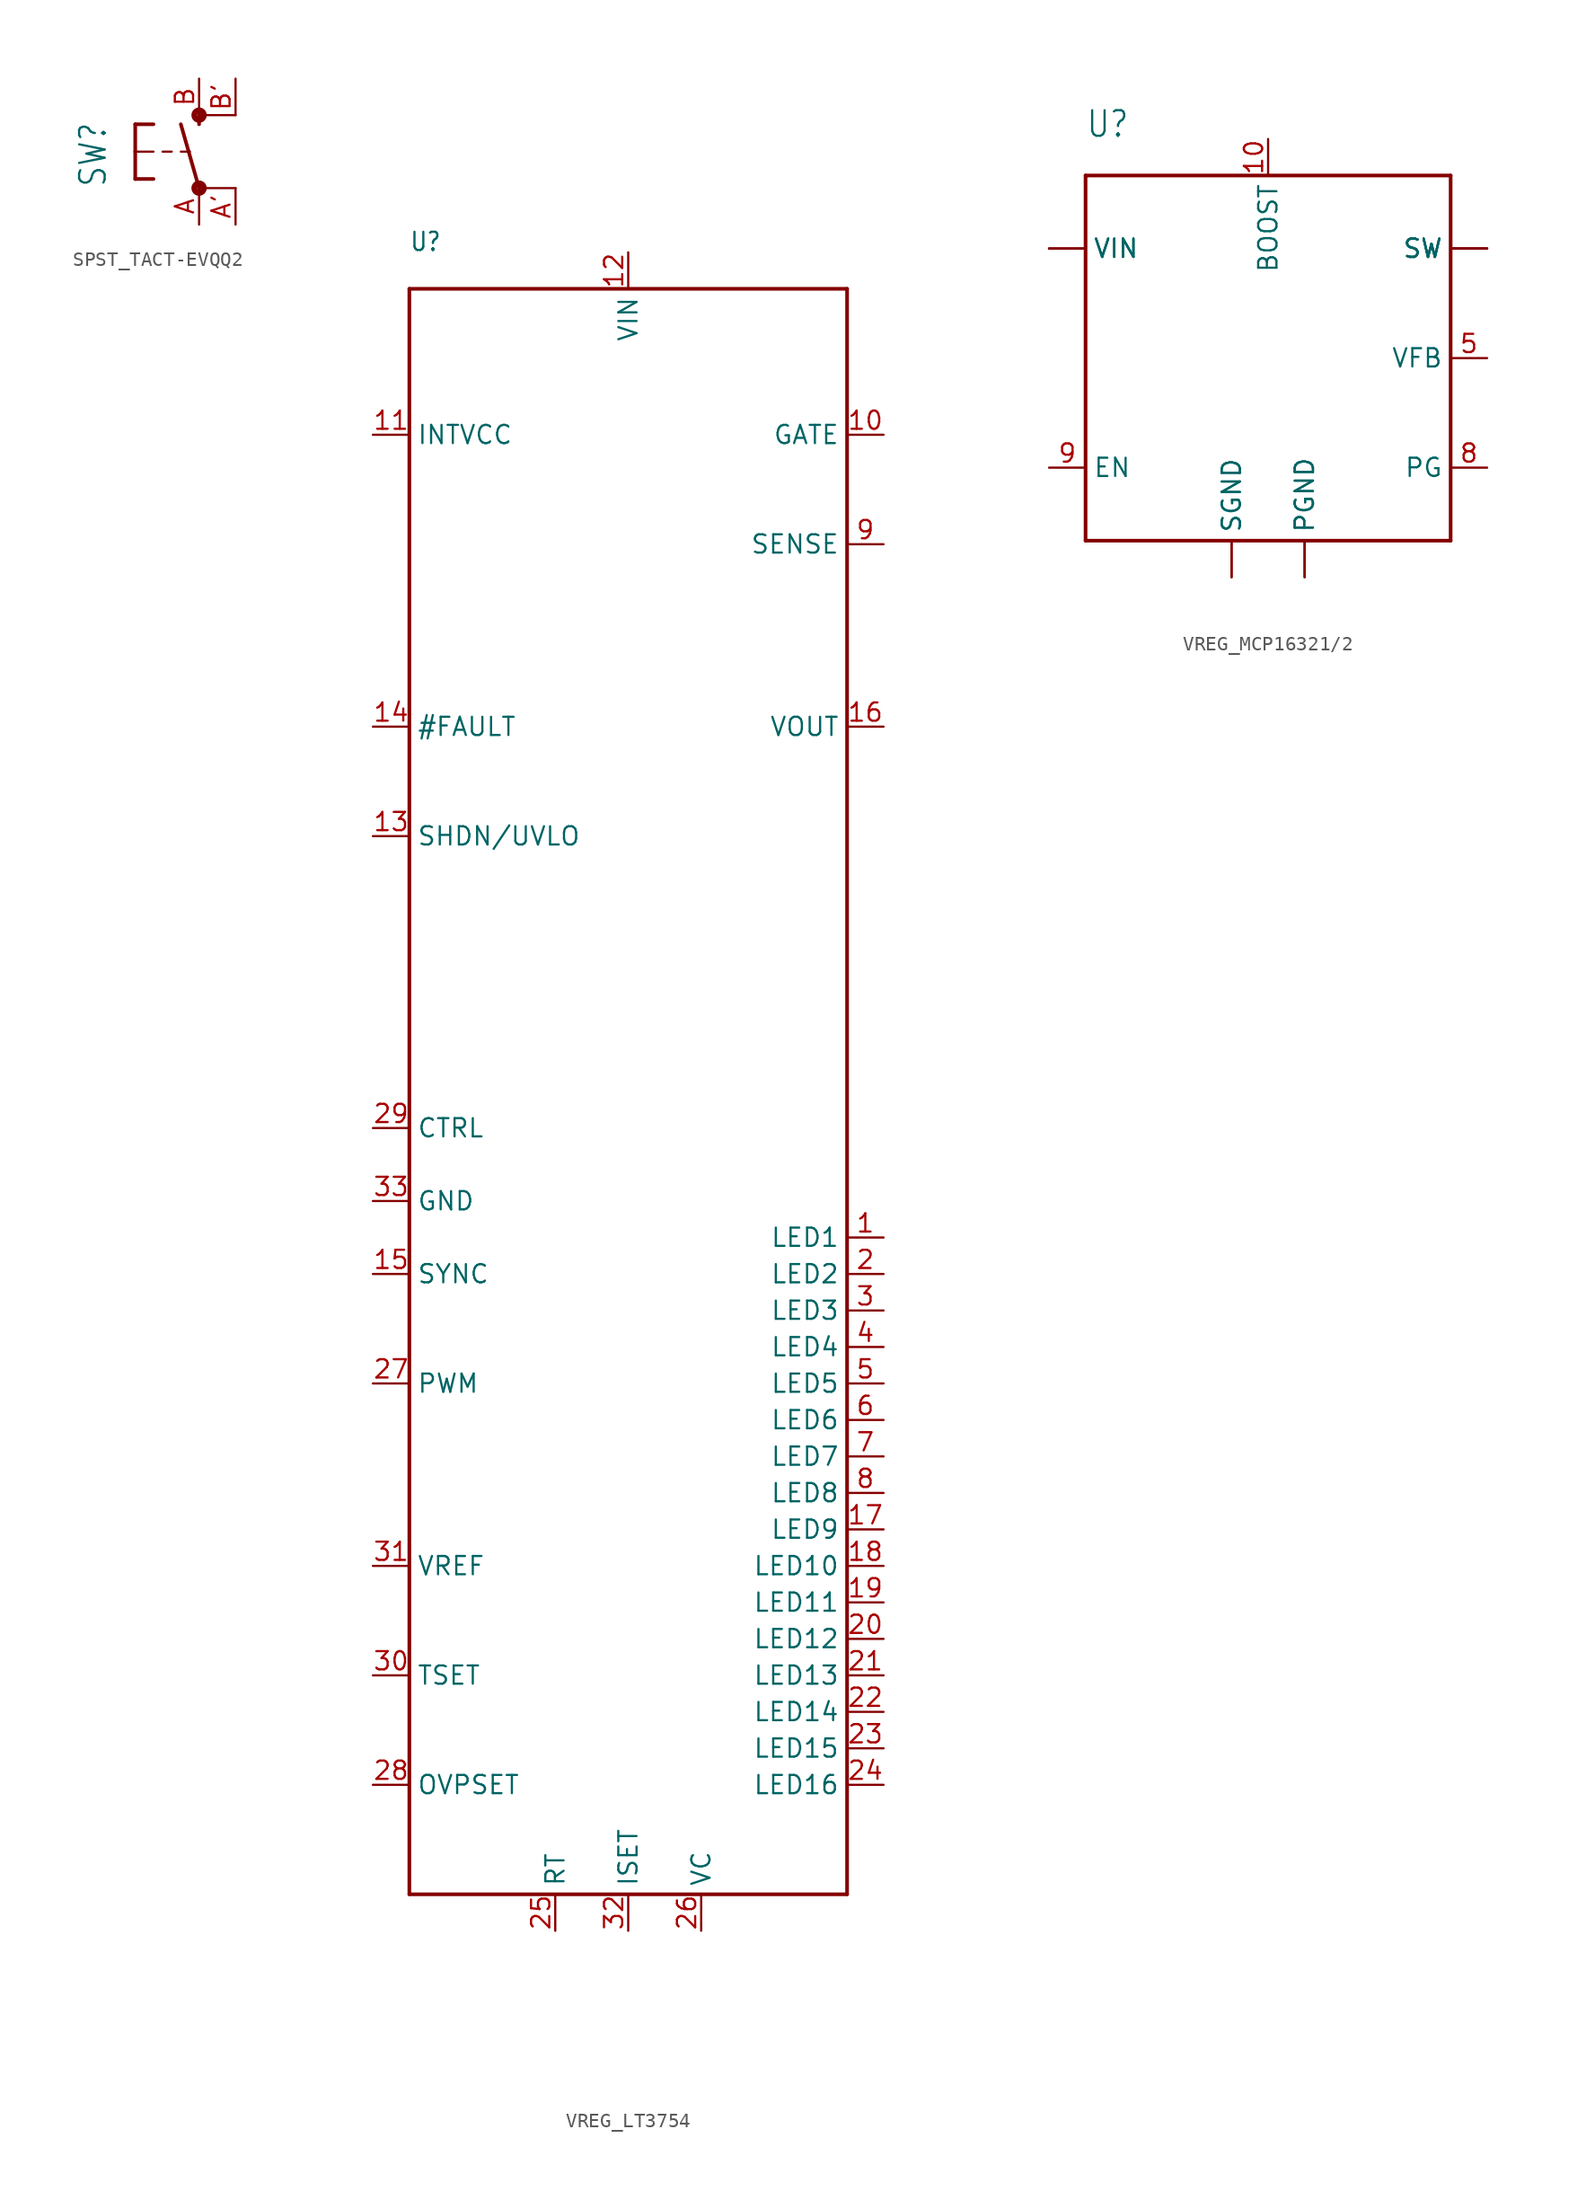
<source format=kicad_sym>
(kicad_symbol_lib
  (version 20220914)
  (generator kicad_symbol_editor)
  (symbol "SPST_TACT-EVQQ2"
    (property "Reference" "SW"
      (at -6.35 -2.54 90)
      (effects (font (size 1.778 1.511)) (justify left bottom)))
    (property "Value" ""
      (at -3.81 3.175 90)
      (effects (font (size 1.778 1.511)) (justify left bottom)))
    (property "ki_locked" ""
      (at 0 0 0)
      (effects (font (size 1.27 1.27))))
    (symbol "SPST_TACT-EVQQ2_1_0"
      (circle (center 0 -2.54) (radius 0.127) (stroke (width 0.406) (type solid)) (fill (type none)))
      (polyline (pts (xy -4.445 -1.905) (xy -3.175 -1.905)) (stroke (width 0.254) (type solid)) (fill (type none)))
      (polyline (pts (xy -4.445 0) (xy -4.445 -1.905)) (stroke (width 0.254) (type solid)) (fill (type none)))
      (polyline (pts (xy -4.445 0) (xy -3.175 0)) (stroke (width 0.152) (type solid)) (fill (type none)))
      (polyline (pts (xy -4.445 1.905) (xy -4.445 0)) (stroke (width 0.254) (type solid)) (fill (type none)))
      (polyline (pts (xy -4.445 1.905) (xy -3.175 1.905)) (stroke (width 0.254) (type solid)) (fill (type none)))
      (polyline (pts (xy -2.54 0) (xy -1.905 0)) (stroke (width 0.152) (type solid)) (fill (type none)))
      (polyline (pts (xy -1.27 0) (xy -0.635 0)) (stroke (width 0.152) (type solid)) (fill (type none)))
      (polyline (pts (xy 0 -2.54) (xy -1.27 1.905)) (stroke (width 0.254) (type solid)) (fill (type none)))
      (polyline (pts (xy 0 1.905) (xy 0 2.54)) (stroke (width 0.254) (type solid)) (fill (type none)))
      (polyline (pts (xy 2.54 -2.54) (xy 0 -2.54)) (stroke (width 0.152) (type solid)) (fill (type none)))
      (polyline (pts (xy 2.54 2.54) (xy 0 2.54)) (stroke (width 0.152) (type solid)) (fill (type none)))
      (circle (center 0 2.54) (radius 0.127) (stroke (width 0.406) (type solid)) (fill (type none)))
      (pin passive line (at 0 -5.08 90) (length 2.54) (name "P" (effects (font (size 0 0)))) (number "A" (effects (font (size 1.27 1.27)))))
      (pin passive line (at 2.54 -5.08 90) (length 2.54) (name "P1" (effects (font (size 0 0)))) (number "A'" (effects (font (size 1.27 1.27)))))
      (pin passive line (at 0 5.08 270) (length 2.54) (name "S" (effects (font (size 0 0)))) (number "B" (effects (font (size 1.27 1.27)))))
      (pin passive line (at 2.54 5.08 270) (length 2.54) (name "S1" (effects (font (size 0 0)))) (number "B'" (effects (font (size 1.27 1.27)))))))
  (symbol "VREG_LT3754"
    (property "Reference" "U"
      (at -15.24 60.96 0)
      (effects (font (size 1.27 1.079)) (justify left bottom)))
    (property "Value" ""
      (at -15.24 -55.88 0)
      (effects (font (size 1.27 1.079)) (justify left bottom)))
    (property "ki_locked" ""
      (at 0 0 0)
      (effects (font (size 1.27 1.27))))
    (symbol "VREG_LT3754_1_0"
      (polyline (pts (xy -15.24 -53.34) (xy -15.24 58.42)) (stroke (width 0.254) (type solid)) (fill (type none)))
      (polyline (pts (xy -15.24 58.42) (xy 15.24 58.42)) (stroke (width 0.254) (type solid)) (fill (type none)))
      (polyline (pts (xy 15.24 -53.34) (xy -15.24 -53.34)) (stroke (width 0.254) (type solid)) (fill (type none)))
      (polyline (pts (xy 15.24 58.42) (xy 15.24 -53.34)) (stroke (width 0.254) (type solid)) (fill (type none)))
      (pin bidirectional line (at 17.78 -7.62 180) (length 2.54) (name "LED1" (effects (font (size 1.27 1.27)))) (number "1" (effects (font (size 1.27 1.27)))))
      (pin bidirectional line (at 17.78 48.26 180) (length 2.54) (name "GATE" (effects (font (size 1.27 1.27)))) (number "10" (effects (font (size 1.27 1.27)))))
      (pin bidirectional line (at -17.78 48.26 0) (length 2.54) (name "INTVCC" (effects (font (size 1.27 1.27)))) (number "11" (effects (font (size 1.27 1.27)))))
      (pin bidirectional line (at 0 60.96 270) (length 2.54) (name "VIN" (effects (font (size 1.27 1.27)))) (number "12" (effects (font (size 1.27 1.27)))))
      (pin bidirectional line (at -17.78 20.32 0) (length 2.54) (name "SHDN/UVLO" (effects (font (size 1.27 1.27)))) (number "13" (effects (font (size 1.27 1.27)))))
      (pin bidirectional line (at -17.78 27.94 0) (length 2.54) (name "#FAULT" (effects (font (size 1.27 1.27)))) (number "14" (effects (font (size 1.27 1.27)))))
      (pin bidirectional line (at -17.78 -10.16 0) (length 2.54) (name "SYNC" (effects (font (size 1.27 1.27)))) (number "15" (effects (font (size 1.27 1.27)))))
      (pin bidirectional line (at 17.78 27.94 180) (length 2.54) (name "VOUT" (effects (font (size 1.27 1.27)))) (number "16" (effects (font (size 1.27 1.27)))))
      (pin bidirectional line (at 17.78 -27.94 180) (length 2.54) (name "LED9" (effects (font (size 1.27 1.27)))) (number "17" (effects (font (size 1.27 1.27)))))
      (pin bidirectional line (at 17.78 -30.48 180) (length 2.54) (name "LED10" (effects (font (size 1.27 1.27)))) (number "18" (effects (font (size 1.27 1.27)))))
      (pin bidirectional line (at 17.78 -33.02 180) (length 2.54) (name "LED11" (effects (font (size 1.27 1.27)))) (number "19" (effects (font (size 1.27 1.27)))))
      (pin bidirectional line (at 17.78 -10.16 180) (length 2.54) (name "LED2" (effects (font (size 1.27 1.27)))) (number "2" (effects (font (size 1.27 1.27)))))
      (pin bidirectional line (at 17.78 -35.56 180) (length 2.54) (name "LED12" (effects (font (size 1.27 1.27)))) (number "20" (effects (font (size 1.27 1.27)))))
      (pin bidirectional line (at 17.78 -38.1 180) (length 2.54) (name "LED13" (effects (font (size 1.27 1.27)))) (number "21" (effects (font (size 1.27 1.27)))))
      (pin bidirectional line (at 17.78 -40.64 180) (length 2.54) (name "LED14" (effects (font (size 1.27 1.27)))) (number "22" (effects (font (size 1.27 1.27)))))
      (pin bidirectional line (at 17.78 -43.18 180) (length 2.54) (name "LED15" (effects (font (size 1.27 1.27)))) (number "23" (effects (font (size 1.27 1.27)))))
      (pin bidirectional line (at 17.78 -45.72 180) (length 2.54) (name "LED16" (effects (font (size 1.27 1.27)))) (number "24" (effects (font (size 1.27 1.27)))))
      (pin bidirectional line (at -5.08 -55.88 90) (length 2.54) (name "RT" (effects (font (size 1.27 1.27)))) (number "25" (effects (font (size 1.27 1.27)))))
      (pin bidirectional line (at 5.08 -55.88 90) (length 2.54) (name "VC" (effects (font (size 1.27 1.27)))) (number "26" (effects (font (size 1.27 1.27)))))
      (pin bidirectional line (at -17.78 -17.78 0) (length 2.54) (name "PWM" (effects (font (size 1.27 1.27)))) (number "27" (effects (font (size 1.27 1.27)))))
      (pin bidirectional line (at -17.78 -45.72 0) (length 2.54) (name "OVPSET" (effects (font (size 1.27 1.27)))) (number "28" (effects (font (size 1.27 1.27)))))
      (pin bidirectional line (at -17.78 0 0) (length 2.54) (name "CTRL" (effects (font (size 1.27 1.27)))) (number "29" (effects (font (size 1.27 1.27)))))
      (pin bidirectional line (at 17.78 -12.7 180) (length 2.54) (name "LED3" (effects (font (size 1.27 1.27)))) (number "3" (effects (font (size 1.27 1.27)))))
      (pin bidirectional line (at -17.78 -38.1 0) (length 2.54) (name "TSET" (effects (font (size 1.27 1.27)))) (number "30" (effects (font (size 1.27 1.27)))))
      (pin bidirectional line (at -17.78 -30.48 0) (length 2.54) (name "VREF" (effects (font (size 1.27 1.27)))) (number "31" (effects (font (size 1.27 1.27)))))
      (pin bidirectional line (at 0 -55.88 90) (length 2.54) (name "ISET" (effects (font (size 1.27 1.27)))) (number "32" (effects (font (size 1.27 1.27)))))
      (pin bidirectional line (at -17.78 -5.08 0) (length 2.54) (name "GND" (effects (font (size 1.27 1.27)))) (number "33" (effects (font (size 1.27 1.27)))))
      (pin bidirectional line (at 17.78 -15.24 180) (length 2.54) (name "LED4" (effects (font (size 1.27 1.27)))) (number "4" (effects (font (size 1.27 1.27)))))
      (pin bidirectional line (at 17.78 -17.78 180) (length 2.54) (name "LED5" (effects (font (size 1.27 1.27)))) (number "5" (effects (font (size 1.27 1.27)))))
      (pin bidirectional line (at 17.78 -20.32 180) (length 2.54) (name "LED6" (effects (font (size 1.27 1.27)))) (number "6" (effects (font (size 1.27 1.27)))))
      (pin bidirectional line (at 17.78 -22.86 180) (length 2.54) (name "LED7" (effects (font (size 1.27 1.27)))) (number "7" (effects (font (size 1.27 1.27)))))
      (pin bidirectional line (at 17.78 -25.4 180) (length 2.54) (name "LED8" (effects (font (size 1.27 1.27)))) (number "8" (effects (font (size 1.27 1.27)))))
      (pin bidirectional line (at 17.78 40.64 180) (length 2.54) (name "SENSE" (effects (font (size 1.27 1.27)))) (number "9" (effects (font (size 1.27 1.27)))))))
  (symbol "VREG_MCP16321/2"
    (property "Reference" "U"
      (at -12.7 15.24 0)
      (effects (font (size 1.778 1.511)) (justify left bottom)))
    (property "Value" ""
      (at 5.08 -15.24 0)
      (effects (font (size 1.778 1.511)) (justify left bottom)))
    (property "ki_locked" ""
      (at 0 0 0)
      (effects (font (size 1.27 1.27))))
    (symbol "VREG_MCP16321/2_1_0"
      (polyline (pts (xy -12.7 -12.7) (xy -12.7 12.7)) (stroke (width 0.254) (type solid)) (fill (type none)))
      (polyline (pts (xy -12.7 12.7) (xy 12.7 12.7)) (stroke (width 0.254) (type solid)) (fill (type none)))
      (polyline (pts (xy 12.7 -12.7) (xy -12.7 -12.7)) (stroke (width 0.254) (type solid)) (fill (type none)))
      (polyline (pts (xy 12.7 12.7) (xy 12.7 -12.7)) (stroke (width 0.254) (type solid)) (fill (type none)))
      (pin bidirectional line (at 15.24 7.62 180) (length 2.54) (name "SW" (effects (font (size 1.27 1.27)))) (number "1" (effects (font (size 0 0)))))
      (pin bidirectional line (at 0 15.24 270) (length 2.54) (name "BOOST" (effects (font (size 1.27 1.27)))) (number "10" (effects (font (size 1.27 1.27)))))
      (pin bidirectional line (at -15.24 7.62 0) (length 2.54) (name "VIN" (effects (font (size 1.27 1.27)))) (number "11" (effects (font (size 0 0)))))
      (pin bidirectional line (at 15.24 7.62 180) (length 2.54) (name "SW" (effects (font (size 1.27 1.27)))) (number "12" (effects (font (size 0 0)))))
      (pin bidirectional line (at 15.24 7.62 180) (length 2.54) (name "SW" (effects (font (size 1.27 1.27)))) (number "13" (effects (font (size 0 0)))))
      (pin bidirectional line (at 2.54 -15.24 90) (length 2.54) (name "PGND" (effects (font (size 1.27 1.27)))) (number "14" (effects (font (size 0 0)))))
      (pin bidirectional line (at 2.54 -15.24 90) (length 2.54) (name "PGND" (effects (font (size 1.27 1.27)))) (number "15" (effects (font (size 0 0)))))
      (pin bidirectional line (at 15.24 7.62 180) (length 2.54) (name "SW" (effects (font (size 1.27 1.27)))) (number "16" (effects (font (size 0 0)))))
      (pin bidirectional line (at -15.24 7.62 0) (length 2.54) (name "VIN" (effects (font (size 1.27 1.27)))) (number "2" (effects (font (size 0 0)))))
      (pin bidirectional line (at -15.24 7.62 0) (length 2.54) (name "VIN" (effects (font (size 1.27 1.27)))) (number "3" (effects (font (size 0 0)))))
      (pin bidirectional line (at -2.54 -15.24 90) (length 2.54) (name "SGND" (effects (font (size 1.27 1.27)))) (number "4" (effects (font (size 0 0)))))
      (pin bidirectional line (at 15.24 0 180) (length 2.54) (name "VFB" (effects (font (size 1.27 1.27)))) (number "5" (effects (font (size 1.27 1.27)))))
      (pin bidirectional line (at 15.24 -7.62 180) (length 2.54) (name "PG" (effects (font (size 1.27 1.27)))) (number "8" (effects (font (size 1.27 1.27)))))
      (pin bidirectional line (at -15.24 -7.62 0) (length 2.54) (name "EN" (effects (font (size 1.27 1.27)))) (number "9" (effects (font (size 1.27 1.27)))))
      (pin bidirectional line (at -2.54 -15.24 90) (length 2.54) (name "SGND" (effects (font (size 1.27 1.27)))) (number "THERMAL" (effects (font (size 0 0))))))))
</source>
